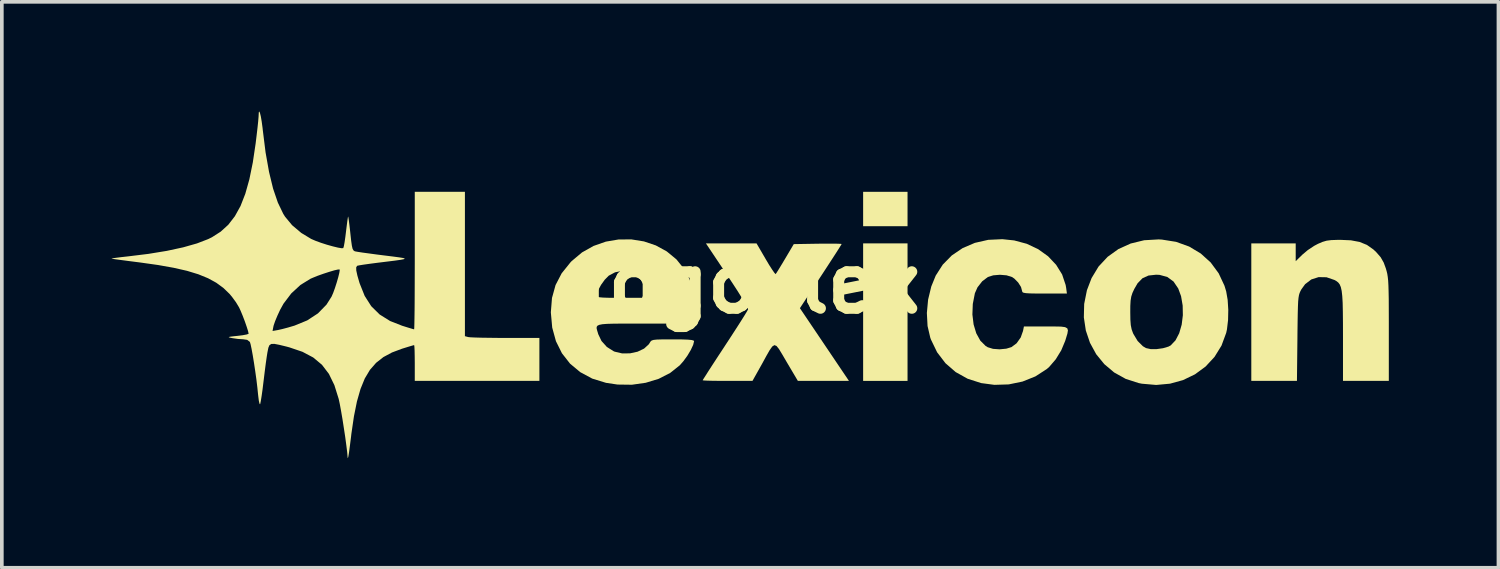
<source format=kicad_pcb>
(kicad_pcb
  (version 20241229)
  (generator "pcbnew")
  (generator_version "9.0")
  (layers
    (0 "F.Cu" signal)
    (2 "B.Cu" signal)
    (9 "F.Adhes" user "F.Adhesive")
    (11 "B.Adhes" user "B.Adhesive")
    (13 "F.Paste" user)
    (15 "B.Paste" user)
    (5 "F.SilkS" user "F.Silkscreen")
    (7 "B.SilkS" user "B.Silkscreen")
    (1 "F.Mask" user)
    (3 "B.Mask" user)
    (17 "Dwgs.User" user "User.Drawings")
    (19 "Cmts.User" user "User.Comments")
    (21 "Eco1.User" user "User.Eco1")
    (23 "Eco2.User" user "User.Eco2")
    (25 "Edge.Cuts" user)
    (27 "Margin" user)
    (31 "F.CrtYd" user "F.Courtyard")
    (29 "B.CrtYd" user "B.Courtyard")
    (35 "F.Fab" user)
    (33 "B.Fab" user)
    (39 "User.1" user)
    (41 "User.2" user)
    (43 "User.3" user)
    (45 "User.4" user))
  (footprint "logo lex"
    (layer "F.Cu")
    (at 17.472 4.708)
    (property "Reference" "logo lex" (at 0 0 0) (layer "F.SilkS") (effects (font (size 1.5 1.5) (thickness 0.3))))
    (attr board_only exclude_from_pos_files exclude_from_bom)
    (fp_poly (pts (xy 4.312 -2.038) (xy 4.312 -1.568) (xy 3.704 -1.568) (xy 3.097 -1.568) (xy 3.097 -2.038) (xy 3.097 -2.509) (xy 3.704 -2.509) (xy 4.312 -2.509)) (stroke (width 0) (type solid)) (fill yes) (layer "F.SilkS"))
    (fp_poly (pts (xy 4.312 0.784) (xy 4.312 2.665) (xy 3.704 2.665) (xy 3.097 2.665) (xy 3.097 0.784) (xy 3.097 -1.098) (xy 3.704 -1.098) (xy 4.312 -1.098)) (stroke (width 0) (type solid)) (fill yes) (layer "F.SilkS"))
    (fp_poly (pts (xy 16.445 -1.182) (xy 16.684 -1.137) (xy 16.883 -1.056) (xy 17.059 -0.932) (xy 17.134 -0.862) (xy 17.258 -0.72) (xy 17.342 -0.573) (xy 17.401 -0.412) (xy 17.422 -0.338) (xy 17.44 -0.264) (xy 17.453 -0.18) (xy 17.464 -0.078) (xy 17.471 0.051) (xy 17.476 0.217) (xy 17.48 0.429) (xy 17.481 0.696) (xy 17.482 1.026) (xy 17.482 1.258) (xy 17.482 2.665) (xy 16.855 2.665) (xy 16.228 2.665) (xy 16.228 1.449) (xy 16.227 1.076) (xy 16.224 0.772) (xy 16.219 0.531) (xy 16.208 0.344) (xy 16.192 0.203) (xy 16.169 0.099) (xy 16.138 0.025) (xy 16.097 -0.028) (xy 16.046 -0.068) (xy 15.996 -0.096) (xy 15.777 -0.171) (xy 15.561 -0.175) (xy 15.361 -0.111) (xy 15.192 0.018) (xy 15.091 0.157) (xy 15.063 0.209) (xy 15.041 0.259) (xy 15.024 0.316) (xy 15.011 0.391) (xy 15.001 0.493) (xy 14.995 0.631) (xy 14.99 0.816) (xy 14.986 1.055) (xy 14.982 1.36) (xy 14.981 1.499) (xy 14.968 2.665) (xy 14.344 2.665) (xy 13.719 2.665) (xy 13.719 0.784) (xy 13.719 -1.098) (xy 14.327 -1.098) (xy 14.934 -1.098) (xy 14.934 -0.854) (xy 14.934 -0.611) (xy 15.12 -0.793) (xy 15.264 -0.914) (xy 15.435 -1.028) (xy 15.542 -1.085) (xy 15.668 -1.139) (xy 15.781 -1.172) (xy 15.909 -1.188) (xy 16.079 -1.194) (xy 16.149 -1.195)) (stroke (width 0) (type solid)) (fill yes) (layer "F.SilkS"))
    (fp_poly (pts (xy 0.431 -0.667) (xy 0.526 -0.507) (xy 0.609 -0.378) (xy 0.67 -0.29) (xy 0.702 -0.257) (xy 0.703 -0.258) (xy 0.731 -0.298) (xy 0.789 -0.391) (xy 0.87 -0.524) (xy 0.962 -0.678) (xy 1.199 -1.078) (xy 1.854 -1.089) (xy 2.071 -1.091) (xy 2.257 -1.091) (xy 2.4 -1.089) (xy 2.488 -1.085) (xy 2.509 -1.081) (xy 2.488 -1.045) (xy 2.43 -0.952) (xy 2.34 -0.811) (xy 2.223 -0.631) (xy 2.086 -0.42) (xy 1.938 -0.194) (xy 1.367 0.675) (xy 2.038 1.67) (xy 2.709 2.665) (xy 2.01 2.665) (xy 1.311 2.665) (xy 0.999 2.138) (xy 0.881 1.936) (xy 0.794 1.793) (xy 0.727 1.709) (xy 0.669 1.686) (xy 0.61 1.724) (xy 0.539 1.824) (xy 0.446 1.987) (xy 0.327 2.205) (xy 0.069 2.665) (xy -0.612 2.665) (xy -0.833 2.664) (xy -1.025 2.662) (xy -1.173 2.658) (xy -1.267 2.653) (xy -1.294 2.648) (xy -1.273 2.612) (xy -1.214 2.52) (xy -1.124 2.378) (xy -1.006 2.196) (xy -0.867 1.983) (xy -0.711 1.746) (xy -0.68 1.698) (xy -0.521 1.455) (xy -0.376 1.231) (xy -0.251 1.036) (xy -0.152 0.878) (xy -0.084 0.766) (xy -0.052 0.709) (xy -0.051 0.706) (xy -0.068 0.659) (xy -0.124 0.556) (xy -0.213 0.407) (xy -0.329 0.22) (xy -0.468 0.006) (xy -0.621 -0.225) (xy -1.205 -1.098) (xy -0.513 -1.098) (xy 0.18 -1.098)) (stroke (width 0) (type solid)) (fill yes) (layer "F.SilkS"))
    (fp_poly (pts (xy 11.272 -1.202) (xy 11.662 -1.14) (xy 12.019 -1.011) (xy 12.336 -0.821) (xy 12.608 -0.575) (xy 12.826 -0.279) (xy 12.985 0.061) (xy 13.032 0.217) (xy 13.072 0.448) (xy 13.089 0.721) (xy 13.083 1.001) (xy 13.053 1.254) (xy 13.032 1.351) (xy 12.903 1.7) (xy 12.712 2.009) (xy 12.468 2.272) (xy 12.178 2.485) (xy 11.851 2.643) (xy 11.495 2.741) (xy 11.117 2.776) (xy 10.726 2.742) (xy 10.639 2.725) (xy 10.282 2.61) (xy 9.966 2.434) (xy 9.696 2.206) (xy 9.474 1.934) (xy 9.305 1.624) (xy 9.191 1.287) (xy 9.137 0.929) (xy 9.14 0.784) (xy 10.407 0.784) (xy 10.41 0.989) (xy 10.421 1.138) (xy 10.444 1.253) (xy 10.481 1.355) (xy 10.49 1.376) (xy 10.609 1.574) (xy 10.753 1.717) (xy 10.838 1.767) (xy 10.964 1.795) (xy 11.129 1.795) (xy 11.302 1.771) (xy 11.451 1.727) (xy 11.513 1.694) (xy 11.645 1.555) (xy 11.746 1.361) (xy 11.814 1.126) (xy 11.846 0.868) (xy 11.841 0.603) (xy 11.797 0.347) (xy 11.72 0.137) (xy 11.591 -0.054) (xy 11.422 -0.178) (xy 11.211 -0.236) (xy 11.115 -0.241) (xy 10.905 -0.218) (xy 10.74 -0.143) (xy 10.607 -0.006) (xy 10.517 0.149) (xy 10.466 0.259) (xy 10.434 0.358) (xy 10.416 0.468) (xy 10.408 0.612) (xy 10.407 0.784) (xy 9.14 0.784) (xy 9.146 0.558) (xy 9.221 0.183) (xy 9.348 -0.148) (xy 9.539 -0.464) (xy 9.787 -0.73) (xy 10.082 -0.942) (xy 10.418 -1.094) (xy 10.787 -1.184) (xy 11.182 -1.207)) (stroke (width 0) (type solid)) (fill yes) (layer "F.SilkS"))
    (fp_poly (pts (xy 7.23 -1.179) (xy 7.574 -1.087) (xy 7.886 -0.94) (xy 8.157 -0.746) (xy 8.378 -0.512) (xy 8.542 -0.248) (xy 8.639 0.041) (xy 8.653 0.122) (xy 8.673 0.274) (xy 8.06 0.274) (xy 7.828 0.274) (xy 7.663 0.271) (xy 7.553 0.264) (xy 7.488 0.253) (xy 7.457 0.236) (xy 7.448 0.212) (xy 7.447 0.206) (xy 7.417 0.095) (xy 7.339 -0.028) (xy 7.235 -0.134) (xy 7.169 -0.178) (xy 7.022 -0.224) (xy 6.84 -0.239) (xy 6.658 -0.224) (xy 6.512 -0.179) (xy 6.356 -0.061) (xy 6.227 0.104) (xy 6.155 0.266) (xy 6.098 0.559) (xy 6.087 0.848) (xy 6.12 1.121) (xy 6.193 1.363) (xy 6.304 1.564) (xy 6.449 1.709) (xy 6.507 1.744) (xy 6.651 1.788) (xy 6.832 1.801) (xy 7.016 1.783) (xy 7.157 1.74) (xy 7.297 1.635) (xy 7.409 1.477) (xy 7.472 1.299) (xy 7.497 1.176) (xy 8.099 1.176) (xy 8.34 1.176) (xy 8.511 1.179) (xy 8.623 1.194) (xy 8.683 1.226) (xy 8.701 1.282) (xy 8.687 1.37) (xy 8.649 1.496) (xy 8.626 1.571) (xy 8.518 1.829) (xy 8.367 2.075) (xy 8.19 2.281) (xy 8.122 2.341) (xy 7.811 2.542) (xy 7.459 2.683) (xy 7.081 2.761) (xy 6.688 2.773) (xy 6.327 2.725) (xy 5.957 2.606) (xy 5.63 2.424) (xy 5.35 2.181) (xy 5.122 1.883) (xy 4.953 1.534) (xy 4.935 1.485) (xy 4.86 1.163) (xy 4.841 0.807) (xy 4.875 0.44) (xy 4.962 0.081) (xy 5.083 -0.216) (xy 5.276 -0.517) (xy 5.524 -0.769) (xy 5.82 -0.969) (xy 6.154 -1.112) (xy 6.52 -1.195) (xy 6.907 -1.213)) (stroke (width 0) (type solid)) (fill yes) (layer "F.SilkS"))
    (fp_poly (pts (xy -2.901 -1.152) (xy -2.575 -1.042) (xy -2.276 -0.878) (xy -2.013 -0.661) (xy -1.796 -0.393) (xy -1.707 -0.238) (xy -1.599 0.024) (xy -1.514 0.325) (xy -1.462 0.628) (xy -1.45 0.829) (xy -1.45 1.098) (xy -2.822 1.098) (xy -3.194 1.097) (xy -3.494 1.097) (xy -3.729 1.099) (xy -3.908 1.104) (xy -4.037 1.114) (xy -4.123 1.131) (xy -4.173 1.155) (xy -4.195 1.189) (xy -4.195 1.234) (xy -4.18 1.291) (xy -4.158 1.362) (xy -4.153 1.383) (xy -4.063 1.572) (xy -3.915 1.737) (xy -3.73 1.853) (xy -3.702 1.865) (xy -3.497 1.913) (xy -3.281 1.911) (xy -3.075 1.866) (xy -2.897 1.781) (xy -2.767 1.662) (xy -2.739 1.617) (xy -2.717 1.583) (xy -2.687 1.559) (xy -2.635 1.543) (xy -2.548 1.534) (xy -2.414 1.53) (xy -2.221 1.529) (xy -2.11 1.529) (xy -1.872 1.53) (xy -1.703 1.536) (xy -1.595 1.546) (xy -1.541 1.562) (xy -1.529 1.578) (xy -1.554 1.68) (xy -1.619 1.819) (xy -1.712 1.975) (xy -1.821 2.125) (xy -1.919 2.237) (xy -2.183 2.447) (xy -2.497 2.608) (xy -2.851 2.716) (xy -3.23 2.77) (xy -3.624 2.765) (xy -3.939 2.718) (xy -4.316 2.602) (xy -4.645 2.425) (xy -4.923 2.193) (xy -5.145 1.909) (xy -5.309 1.579) (xy -5.411 1.207) (xy -5.448 0.796) (xy -5.448 0.782) (xy -5.417 0.393) (xy -5.397 0.323) (xy -4.193 0.323) (xy -4.188 0.347) (xy -4.165 0.365) (xy -4.113 0.377) (xy -4.024 0.385) (xy -3.886 0.39) (xy -3.689 0.392) (xy -3.444 0.392) (xy -2.694 0.392) (xy -2.718 0.246) (xy -2.778 0.07) (xy -2.89 -0.102) (xy -3.033 -0.241) (xy -3.097 -0.282) (xy -3.279 -0.342) (xy -3.487 -0.349) (xy -3.692 -0.306) (xy -3.863 -0.215) (xy -3.868 -0.211) (xy -3.974 -0.103) (xy -4.074 0.036) (xy -4.151 0.178) (xy -4.191 0.299) (xy -4.193 0.323) (xy -5.397 0.323) (xy -5.32 0.043) (xy -5.153 -0.278) (xy -4.913 -0.577) (xy -4.879 -0.613) (xy -4.595 -0.851) (xy -4.28 -1.028) (xy -3.943 -1.146) (xy -3.595 -1.205) (xy -3.244 -1.207)) (stroke (width 0) (type solid)) (fill yes) (layer "F.SilkS"))
    (fp_poly (pts (xy -13.408 -4.667) (xy -13.385 -4.573) (xy -13.361 -4.433) (xy -13.337 -4.256) (xy -13.331 -4.198) (xy -13.255 -3.588) (xy -13.16 -3.054) (xy -13.049 -2.596) (xy -12.919 -2.215) (xy -12.772 -1.909) (xy -12.722 -1.829) (xy -12.529 -1.596) (xy -12.278 -1.384) (xy -12.007 -1.22) (xy -11.889 -1.169) (xy -11.739 -1.114) (xy -11.574 -1.061) (xy -11.413 -1.016) (xy -11.273 -0.982) (xy -11.172 -0.965) (xy -11.129 -0.969) (xy -11.113 -1.019) (xy -11.093 -1.128) (xy -11.071 -1.281) (xy -11.055 -1.411) (xy -11.034 -1.581) (xy -11.016 -1.719) (xy -11.002 -1.809) (xy -10.996 -1.835) (xy -10.988 -1.803) (xy -10.974 -1.708) (xy -10.956 -1.563) (xy -10.936 -1.384) (xy -10.935 -1.373) (xy -10.913 -1.173) (xy -10.894 -1.038) (xy -10.875 -0.954) (xy -10.851 -0.908) (xy -10.82 -0.885) (xy -10.797 -0.878) (xy -10.73 -0.866) (xy -10.6 -0.846) (xy -10.421 -0.822) (xy -10.208 -0.793) (xy -10.009 -0.768) (xy -9.775 -0.739) (xy -9.602 -0.716) (xy -9.491 -0.698) (xy -9.445 -0.683) (xy -9.466 -0.667) (xy -9.556 -0.649) (xy -9.717 -0.626) (xy -9.952 -0.597) (xy -10.211 -0.565) (xy -10.403 -0.54) (xy -10.567 -0.517) (xy -10.687 -0.498) (xy -10.747 -0.485) (xy -10.75 -0.484) (xy -10.775 -0.442) (xy -10.773 -0.357) (xy -10.743 -0.219) (xy -10.685 -0.018) (xy -10.681 -0.006) (xy -10.543 0.339) (xy -10.363 0.621) (xy -10.133 0.848) (xy -9.848 1.026) (xy -9.517 1.156) (xy -9.373 1.201) (xy -9.26 1.235) (xy -9.197 1.253) (xy -9.19 1.254) (xy -9.186 1.216) (xy -9.183 1.108) (xy -9.18 0.936) (xy -9.177 0.708) (xy -9.175 0.432) (xy -9.174 0.116) (xy -9.173 -0.233) (xy -9.172 -0.608) (xy -9.172 -0.627) (xy -9.172 -2.509) (xy -8.486 -2.509) (xy -7.8 -2.509) (xy -7.8 -0.534) (xy -7.8 1.441) (xy -7.712 1.465) (xy -7.649 1.472) (xy -7.52 1.478) (xy -7.336 1.483) (xy -7.111 1.486) (xy -6.856 1.489) (xy -6.693 1.489) (xy -5.762 1.49) (xy -5.762 2.077) (xy -5.762 2.665) (xy -7.467 2.665) (xy -9.172 2.665) (xy -9.172 2.175) (xy -9.174 1.99) (xy -9.177 1.836) (xy -9.182 1.73) (xy -9.189 1.686) (xy -9.19 1.685) (xy -9.233 1.697) (xy -9.332 1.726) (xy -9.468 1.768) (xy -9.52 1.784) (xy -9.795 1.887) (xy -10.03 2.013) (xy -10.23 2.17) (xy -10.399 2.363) (xy -10.54 2.599) (xy -10.657 2.886) (xy -10.755 3.229) (xy -10.837 3.636) (xy -10.907 4.114) (xy -10.916 4.194) (xy -10.948 4.447) (xy -10.972 4.627) (xy -10.99 4.736) (xy -11.003 4.779) (xy -11.01 4.76) (xy -11.011 4.738) (xy -11.022 4.611) (xy -11.045 4.427) (xy -11.075 4.203) (xy -11.112 3.96) (xy -11.15 3.715) (xy -11.189 3.487) (xy -11.224 3.297) (xy -11.253 3.162) (xy -11.255 3.155) (xy -11.372 2.781) (xy -11.522 2.473) (xy -11.712 2.224) (xy -11.95 2.025) (xy -12.245 1.869) (xy -12.604 1.747) (xy -12.682 1.726) (xy -12.879 1.678) (xy -13.013 1.652) (xy -13.098 1.654) (xy -13.149 1.688) (xy -13.178 1.756) (xy -13.2 1.865) (xy -13.204 1.884) (xy -13.224 2.011) (xy -13.25 2.194) (xy -13.278 2.411) (xy -13.306 2.64) (xy -13.313 2.697) (xy -13.338 2.902) (xy -13.363 3.079) (xy -13.385 3.214) (xy -13.401 3.292) (xy -13.407 3.305) (xy -13.422 3.284) (xy -13.44 3.202) (xy -13.456 3.073) (xy -13.461 3.03) (xy -13.48 2.842) (xy -13.506 2.626) (xy -13.538 2.397) (xy -13.572 2.171) (xy -13.606 1.963) (xy -13.638 1.788) (xy -13.665 1.661) (xy -13.684 1.599) (xy -13.757 1.542) (xy -13.868 1.526) (xy -14.009 1.517) (xy -14.157 1.496) (xy -14.17 1.494) (xy -14.243 1.478) (xy -14.265 1.467) (xy -14.228 1.456) (xy -14.125 1.443) (xy -14.023 1.433) (xy -13.88 1.415) (xy -13.773 1.395) (xy -13.721 1.377) (xy -13.719 1.374) (xy -13.733 1.306) (xy -13.735 1.299) (xy -13.064 1.299) (xy -12.911 1.272) (xy -12.797 1.246) (xy -12.642 1.205) (xy -12.476 1.156) (xy -12.465 1.153) (xy -12.114 1.009) (xy -11.821 0.817) (xy -11.588 0.578) (xy -11.449 0.359) (xy -11.405 0.258) (xy -11.356 0.123) (xy -11.308 -0.027) (xy -11.266 -0.172) (xy -11.237 -0.292) (xy -11.225 -0.368) (xy -11.229 -0.384) (xy -11.274 -0.383) (xy -11.375 -0.36) (xy -11.513 -0.319) (xy -11.67 -0.268) (xy -11.828 -0.212) (xy -11.968 -0.155) (xy -12.026 -0.13) (xy -12.301 0.04) (xy -12.552 0.272) (xy -12.764 0.552) (xy -12.857 0.72) (xy -12.931 0.88) (xy -12.993 1.029) (xy -13.032 1.142) (xy -13.039 1.169) (xy -13.064 1.299) (xy -13.735 1.299) (xy -13.77 1.188) (xy -13.821 1.04) (xy -13.88 0.885) (xy -13.938 0.745) (xy -13.98 0.654) (xy -14.065 0.513) (xy -14.175 0.363) (xy -14.241 0.284) (xy -14.41 0.121) (xy -14.604 -0.021) (xy -14.829 -0.144) (xy -15.093 -0.252) (xy -15.404 -0.347) (xy -15.769 -0.43) (xy -16.196 -0.506) (xy -16.692 -0.576) (xy -16.795 -0.589) (xy -17.014 -0.617) (xy -17.204 -0.642) (xy -17.352 -0.662) (xy -17.445 -0.676) (xy -17.472 -0.682) (xy -17.44 -0.69) (xy -17.344 -0.704) (xy -17.201 -0.722) (xy -17.023 -0.742) (xy -17.022 -0.742) (xy -16.459 -0.811) (xy -15.953 -0.894) (xy -15.509 -0.99) (xy -15.132 -1.097) (xy -14.826 -1.215) (xy -14.722 -1.266) (xy -14.483 -1.419) (xy -14.275 -1.608) (xy -14.095 -1.841) (xy -13.94 -2.121) (xy -13.809 -2.457) (xy -13.698 -2.852) (xy -13.604 -3.313) (xy -13.526 -3.836) (xy -13.499 -4.06) (xy -13.475 -4.266) (xy -13.457 -4.437) (xy -13.447 -4.556) (xy -13.445 -4.596) (xy -13.44 -4.687) (xy -13.427 -4.708)) (stroke (width 0) (type solid)) (fill yes) (layer "F.SilkS")))
  (gr_rect
    (start -3 -3)
    (end 37.954 12.487)
    (stroke (width 0.1) (type default))
    (fill no)
    (layer "Edge.Cuts")))
</source>
